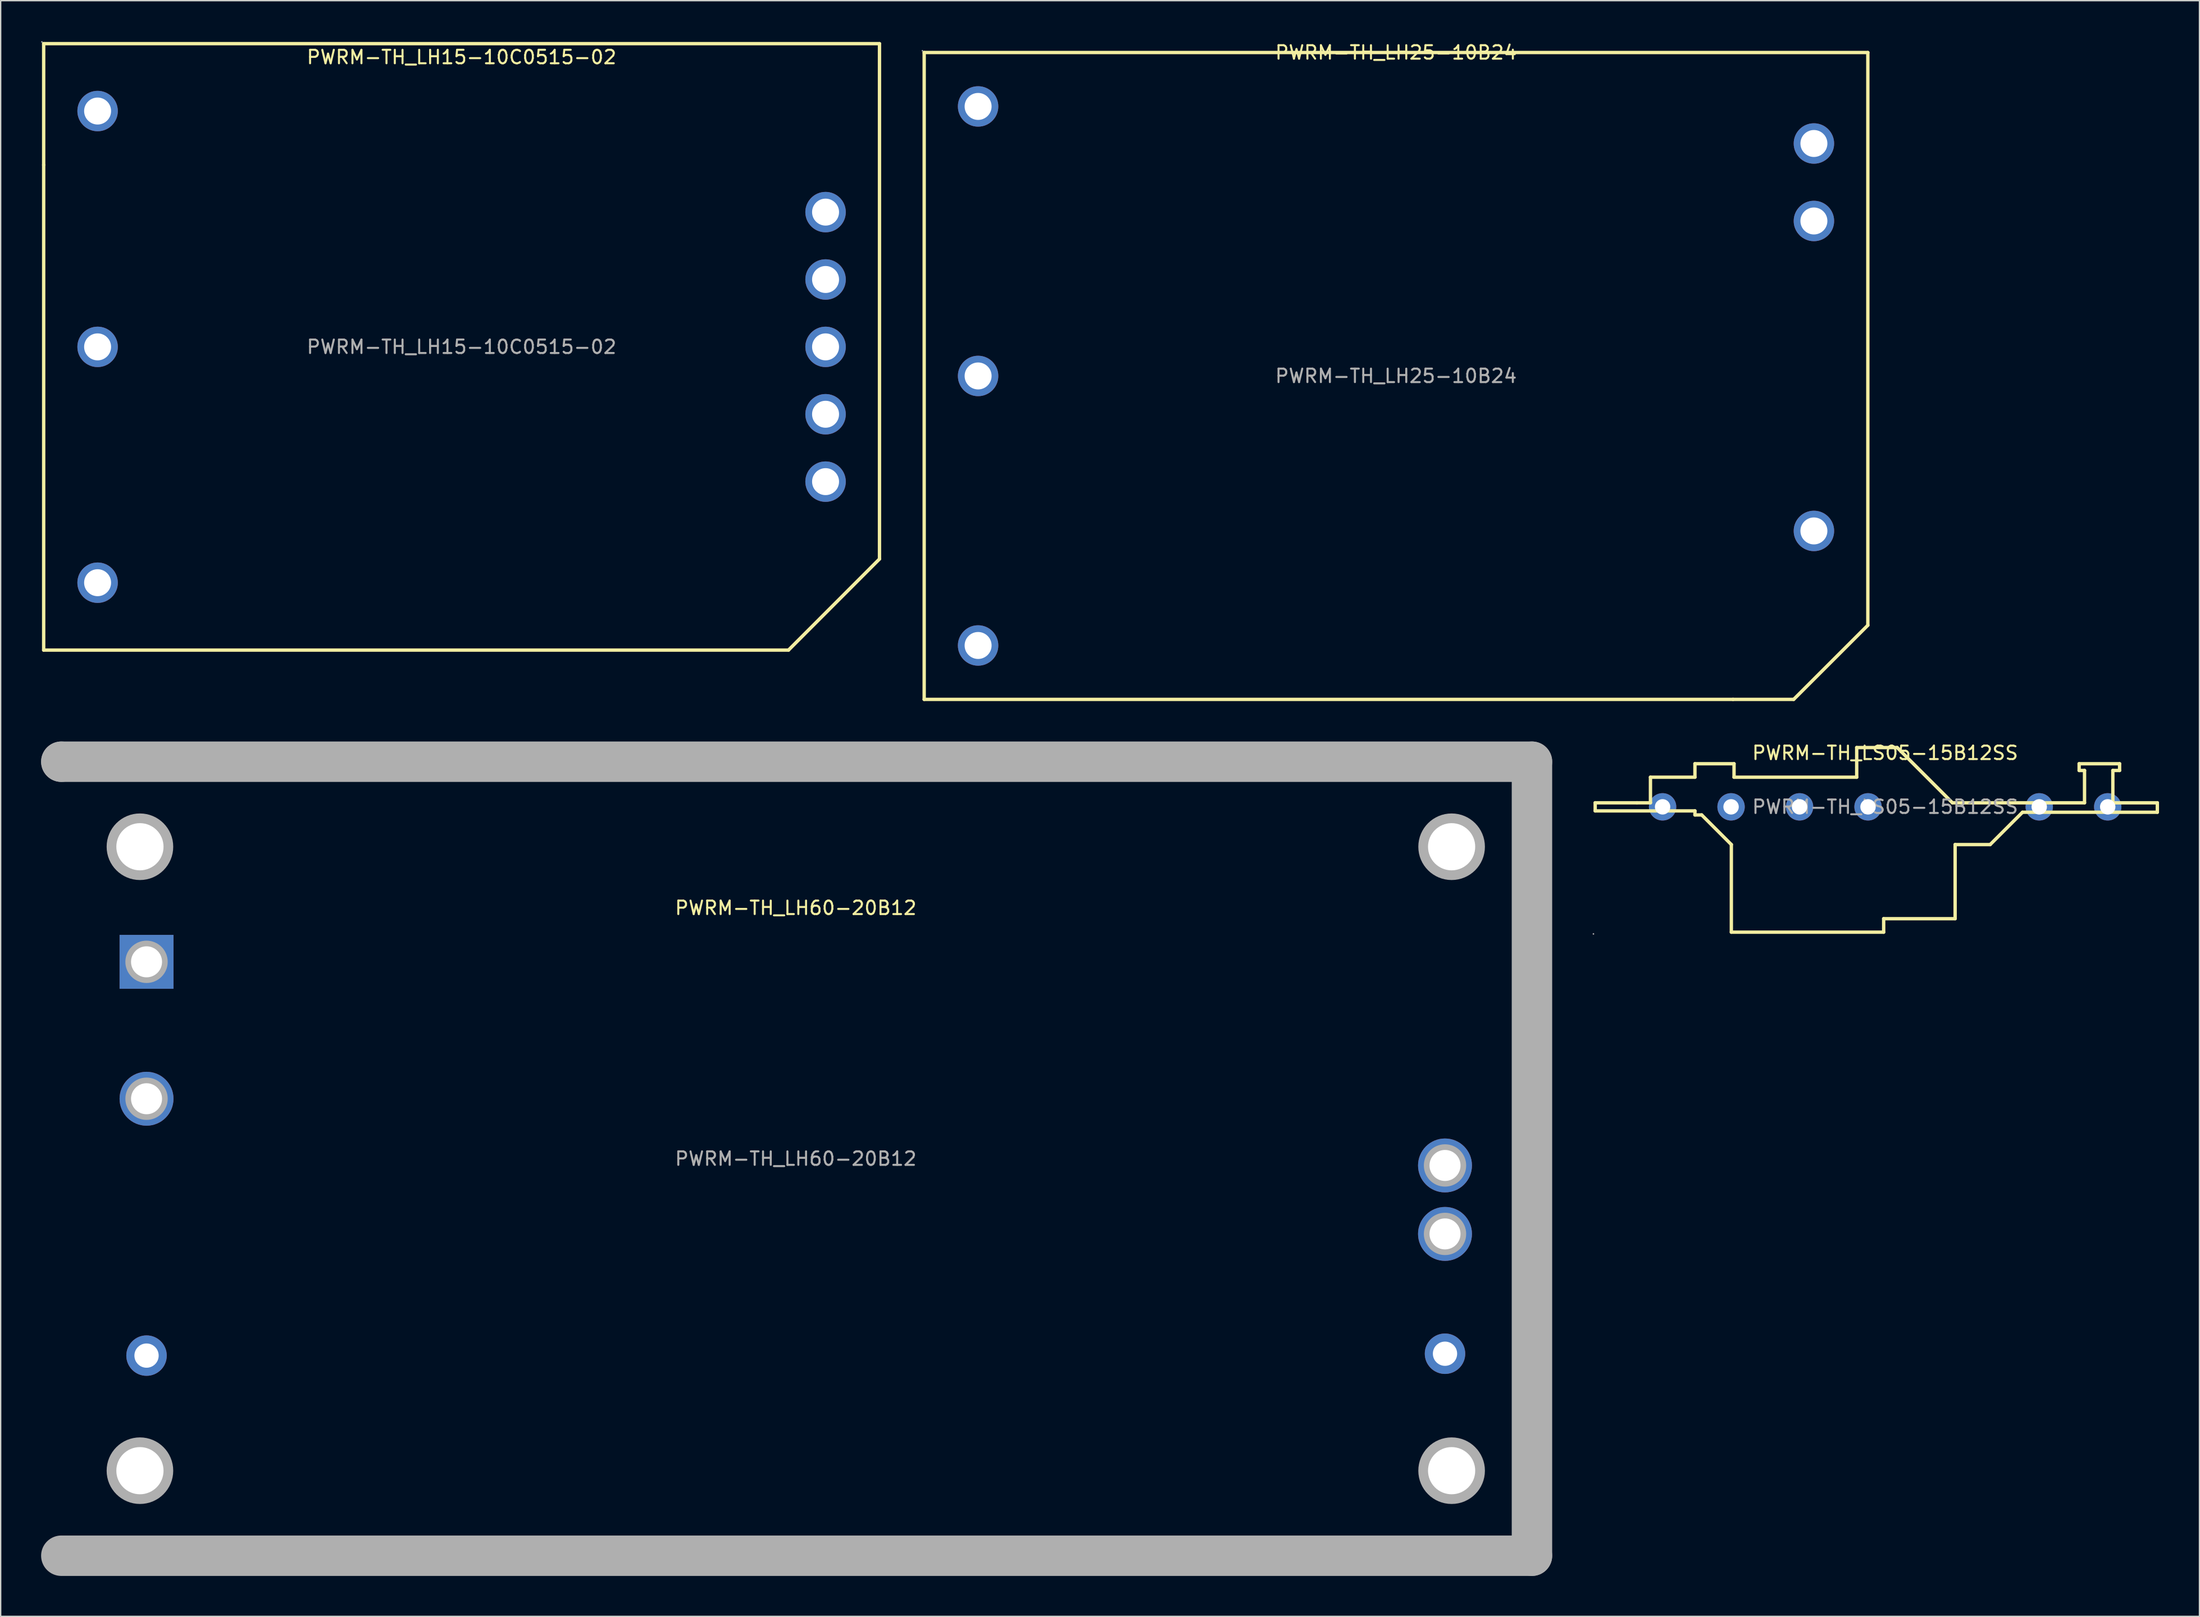
<source format=kicad_pcb>
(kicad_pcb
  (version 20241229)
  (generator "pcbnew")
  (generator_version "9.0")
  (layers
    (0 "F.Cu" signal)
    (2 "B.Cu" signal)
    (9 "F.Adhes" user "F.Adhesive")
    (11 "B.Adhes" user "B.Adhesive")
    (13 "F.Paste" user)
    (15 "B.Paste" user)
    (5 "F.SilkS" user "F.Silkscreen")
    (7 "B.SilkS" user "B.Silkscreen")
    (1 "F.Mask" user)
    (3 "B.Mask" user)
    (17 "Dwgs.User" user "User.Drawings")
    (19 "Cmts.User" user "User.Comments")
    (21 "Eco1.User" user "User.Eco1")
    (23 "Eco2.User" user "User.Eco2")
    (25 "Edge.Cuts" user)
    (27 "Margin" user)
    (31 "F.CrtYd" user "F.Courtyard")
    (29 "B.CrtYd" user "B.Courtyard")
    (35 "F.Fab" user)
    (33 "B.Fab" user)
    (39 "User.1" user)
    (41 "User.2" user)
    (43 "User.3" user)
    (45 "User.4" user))
  (footprint "PWRM-TH_LH60-20B12"
    (layer "F.Cu")
    (at 55.98 82.933)
    (property "Reference" "PWRM-TH_LH60-20B12" (at 0 -18.61 0) (layer "F.SilkS") (effects (font (size 1 1) (thickness 0.15))))
    (attr through_hole)
    (fp_line (start -54.48 -29.46) (end -54.48 -29.46) (stroke (width 3) (type solid)) (layer "F.Fab"))
    (fp_line (start -54.48 -29.46) (end 54.61 -29.46) (stroke (width 3) (type solid)) (layer "F.Fab"))
    (fp_line (start 54.61 -29.46) (end 54.61 29.46) (stroke (width 3) (type solid)) (layer "F.Fab"))
    (fp_line (start 54.61 29.46) (end -54.48 29.46) (stroke (width 3) (type solid)) (layer "F.Fab"))
    (fp_circle (center -54.61 -29.59) (end -54.58 -29.59) (stroke (width 0.06) (type solid)) (fill no) (layer "F.Fab"))
    (fp_circle (center -48.65 -23.15) (end -47.83 -23.15) (stroke (width 1.65) (type solid)) (fill no) (layer "F.Fab"))
    (fp_circle (center -48.65 23.15) (end -47.83 23.15) (stroke (width 1.65) (type solid)) (fill no) (layer "F.Fab"))
    (fp_circle (center -48.16 -14.61) (end -47.64 -14.61) (stroke (width 1.05) (type solid)) (fill no) (layer "F.Fab"))
    (fp_circle (center -48.16 -4.45) (end -47.64 -4.45) (stroke (width 1.05) (type solid)) (fill no) (layer "F.Fab"))
    (fp_circle (center -48.16 14.61) (end -47.76 14.61) (stroke (width 0.8) (type solid)) (fill no) (layer "F.Fab"))
    (fp_circle (center 48.16 0.5) (end 48.68 0.5) (stroke (width 1.05) (type solid)) (fill no) (layer "F.Fab"))
    (fp_circle (center 48.16 5.58) (end 48.68 5.58) (stroke (width 1.05) (type solid)) (fill no) (layer "F.Fab"))
    (fp_circle (center 48.16 14.47) (end 48.56 14.47) (stroke (width 0.8) (type solid)) (fill no) (layer "F.Fab"))
    (fp_circle (center 48.65 -23.15) (end 49.47 -23.15) (stroke (width 1.65) (type solid)) (fill no) (layer "F.Fab"))
    (fp_circle (center 48.65 23.15) (end 49.47 23.15) (stroke (width 1.65) (type solid)) (fill no) (layer "F.Fab"))
    (fp_text user "${REFERENCE}" (at 0 0 0) (layer "F.Fab") (effects (font (size 1 1) (thickness 0.15))))
    (pad "" thru_hole circle (at -48.65 -23.15) (size 3.5 3.5) (drill 3.5) (layers "*.Cu" "*.Mask"))
    (pad "" thru_hole circle (at -48.65 23.15) (size 3.5 3.5) (drill 3.5) (layers "*.Cu" "*.Mask"))
    (pad "" thru_hole circle (at 48.65 -23.15) (size 3.5 3.5) (drill 3.5) (layers "*.Cu" "*.Mask"))
    (pad "" thru_hole circle (at 48.65 23.15) (size 3.5 3.5) (drill 3.5) (layers "*.Cu" "*.Mask"))
    (pad "1" thru_hole rect (at -48.16 -14.61) (size 4 4) (drill 2.3) (layers "*.Cu" "*.Paste" "*.Mask"))
    (pad "2" thru_hole circle (at -48.16 -4.45) (size 4 4) (drill 2.3) (layers "*.Cu" "*.Paste" "*.Mask"))
    (pad "3" thru_hole circle (at -48.16 14.61) (size 3 3) (drill 1.8) (layers "*.Cu" "*.Paste" "*.Mask"))
    (pad "4" thru_hole circle (at 48.16 14.47) (size 3 3) (drill 1.8) (layers "*.Cu" "*.Paste" "*.Mask"))
    (pad "5" thru_hole circle (at 48.16 5.58) (size 4 4) (drill 2.3) (layers "*.Cu" "*.Paste" "*.Mask"))
    (pad "6" thru_hole circle (at 48.16 0.5) (size 4 4) (drill 2.3) (layers "*.Cu" "*.Paste" "*.Mask")))
  (footprint "PWRM-TH_LS05-15B12SS"
    (layer "F.Cu")
    (at 136.79 56.822)
    (property "Reference" "PWRM-TH_LS05-15B12SS" (at 0 -4 0) (layer "F.SilkS") (effects (font (size 1 1) (thickness 0.15))))
    (attr through_hole)
    (fp_line (start -21.51 -0.3) (end -21.51 0.3) (stroke (width 0.25) (type solid)) (layer "F.SilkS"))
    (fp_line (start -21.51 0.3) (end -14.11 0.3) (stroke (width 0.25) (type solid)) (layer "F.SilkS"))
    (fp_line (start -18.41 -0.3) (end -21.51 -0.3) (stroke (width 0.25) (type solid)) (layer "F.SilkS"))
    (fp_line (start -17.41 -2.2) (end -17.41 -0.3) (stroke (width 0.25) (type solid)) (layer "F.SilkS"))
    (fp_line (start -17.41 -0.3) (end -18.41 -0.3) (stroke (width 0.25) (type solid)) (layer "F.SilkS"))
    (fp_line (start -14.11 -3.2) (end -14.11 -2.2) (stroke (width 0.25) (type solid)) (layer "F.SilkS"))
    (fp_line (start -14.11 -2.2) (end -17.41 -2.2) (stroke (width 0.25) (type solid)) (layer "F.SilkS"))
    (fp_line (start -14.11 0.3) (end -14.11 0.6) (stroke (width 0.25) (type solid)) (layer "F.SilkS"))
    (fp_line (start -14.11 0.6) (end -13.61 0.6) (stroke (width 0.25) (type solid)) (layer "F.SilkS"))
    (fp_line (start -13.61 0.6) (end -11.41 2.8) (stroke (width 0.25) (type solid)) (layer "F.SilkS"))
    (fp_line (start -11.41 2.8) (end -11.41 9.3) (stroke (width 0.25) (type solid)) (layer "F.SilkS"))
    (fp_line (start -11.41 9.3) (end -0.11 9.3) (stroke (width 0.25) (type solid)) (layer "F.SilkS"))
    (fp_line (start -11.21 -3.2) (end -14.11 -3.2) (stroke (width 0.25) (type solid)) (layer "F.SilkS"))
    (fp_line (start -11.21 -2.2) (end -11.21 -3.2) (stroke (width 0.25) (type solid)) (layer "F.SilkS"))
    (fp_line (start -2.11 -4.4) (end -2.11 -2.2) (stroke (width 0.25) (type solid)) (layer "F.SilkS"))
    (fp_line (start -2.11 -2.2) (end -11.21 -2.2) (stroke (width 0.25) (type solid)) (layer "F.SilkS"))
    (fp_line (start -0.11 8.3) (end 5.19 8.3) (stroke (width 0.25) (type solid)) (layer "F.SilkS"))
    (fp_line (start -0.11 9.3) (end -0.11 8.3) (stroke (width 0.25) (type solid)) (layer "F.SilkS"))
    (fp_line (start 0.89 -4.4) (end -2.11 -4.4) (stroke (width 0.25) (type solid)) (layer "F.SilkS"))
    (fp_line (start 4.99 -0.3) (end 0.89 -4.4) (stroke (width 0.25) (type solid)) (layer "F.SilkS"))
    (fp_line (start 5.19 2.8) (end 7.79 2.8) (stroke (width 0.25) (type solid)) (layer "F.SilkS"))
    (fp_line (start 5.19 8.3) (end 5.19 2.8) (stroke (width 0.25) (type solid)) (layer "F.SilkS"))
    (fp_line (start 7.79 2.8) (end 10.19 0.4) (stroke (width 0.25) (type solid)) (layer "F.SilkS"))
    (fp_line (start 10.19 0.4) (end 20.19 0.4) (stroke (width 0.25) (type solid)) (layer "F.SilkS"))
    (fp_line (start 14.39 -3.2) (end 14.39 -2.7) (stroke (width 0.25) (type solid)) (layer "F.SilkS"))
    (fp_line (start 14.39 -2.7) (end 14.79 -2.7) (stroke (width 0.25) (type solid)) (layer "F.SilkS"))
    (fp_line (start 14.79 -2.7) (end 14.79 -0.3) (stroke (width 0.25) (type solid)) (layer "F.SilkS"))
    (fp_line (start 14.79 -0.3) (end 4.99 -0.3) (stroke (width 0.25) (type solid)) (layer "F.SilkS"))
    (fp_line (start 16.89 -2.7) (end 17.39 -2.7) (stroke (width 0.25) (type solid)) (layer "F.SilkS"))
    (fp_line (start 16.89 -0.3) (end 16.89 -2.7) (stroke (width 0.25) (type solid)) (layer "F.SilkS"))
    (fp_line (start 17.39 -3.2) (end 14.39 -3.2) (stroke (width 0.25) (type solid)) (layer "F.SilkS"))
    (fp_line (start 17.39 -2.7) (end 17.39 -3.2) (stroke (width 0.25) (type solid)) (layer "F.SilkS"))
    (fp_line (start 20.19 -0.3) (end 16.89 -0.3) (stroke (width 0.25) (type solid)) (layer "F.SilkS"))
    (fp_line (start 20.19 0.4) (end 20.19 -0.3) (stroke (width 0.25) (type solid)) (layer "F.SilkS"))
    (fp_circle (center -21.64 9.43) (end -21.61 9.43) (stroke (width 0.06) (type solid)) (fill no) (layer "F.Fab"))
    (fp_circle (center -16.51 0) (end -16.27 0) (stroke (width 0.47) (type solid)) (fill no) (layer "F.Fab"))
    (fp_circle (center -11.43 0) (end -11.19 0) (stroke (width 0.47) (type solid)) (fill no) (layer "F.Fab"))
    (fp_circle (center -6.35 0) (end -6.11 0) (stroke (width 0.47) (type solid)) (fill no) (layer "F.Fab"))
    (fp_circle (center -1.27 0) (end -1.03 0) (stroke (width 0.47) (type solid)) (fill no) (layer "F.Fab"))
    (fp_circle (center 11.43 0) (end 11.67 0) (stroke (width 0.47) (type solid)) (fill no) (layer "F.Fab"))
    (fp_circle (center 16.51 0) (end 16.75 0) (stroke (width 0.47) (type solid)) (fill no) (layer "F.Fab"))
    (fp_text user "${REFERENCE}" (at 0 0 0) (layer "F.Fab") (effects (font (size 1 1) (thickness 0.15))))
    (pad "1" thru_hole circle (at -16.51 0) (size 2.03 2.03) (drill 1.143) (layers "*.Cu" "*.Paste" "*.Mask"))
    (pad "3" thru_hole circle (at -11.43 0) (size 2.03 2.03) (drill 1.143) (layers "*.Cu" "*.Paste" "*.Mask"))
    (pad "5" thru_hole circle (at -6.35 0) (size 2.03 2.03) (drill 1.143) (layers "*.Cu" "*.Paste" "*.Mask"))
    (pad "7" thru_hole circle (at -1.27 0) (size 2.03 2.03) (drill 1.143) (layers "*.Cu" "*.Paste" "*.Mask"))
    (pad "12" thru_hole circle (at 11.43 0) (size 2.03 2.03) (drill 1.143) (layers "*.Cu" "*.Paste" "*.Mask"))
    (pad "14" thru_hole circle (at 16.51 0) (size 2.03 2.03) (drill 1.143) (layers "*.Cu" "*.Paste" "*.Mask")))
  (footprint "PWRM-TH_LH25-10B24"
    (layer "F.Cu")
    (at 100.505 24.848)
    (property "Reference" "PWRM-TH_LH25-10B24" (at 0 -24 0) (layer "F.SilkS") (effects (font (size 1 1) (thickness 0.15))))
    (attr through_hole)
    (fp_line (start -35 -24) (end -35 24) (stroke (width 0.25) (type solid)) (layer "F.SilkS"))
    (fp_line (start -35 24) (end 25 24) (stroke (width 0.25) (type solid)) (layer "F.SilkS"))
    (fp_line (start 25 24) (end 29.5 24) (stroke (width 0.25) (type solid)) (layer "F.SilkS"))
    (fp_line (start 29.5 24) (end 35 18.5) (stroke (width 0.25) (type solid)) (layer "F.SilkS"))
    (fp_line (start 35 -24) (end -35 -24) (stroke (width 0.25) (type solid)) (layer "F.SilkS"))
    (fp_line (start 35 18.5) (end 35 -24) (stroke (width 0.25) (type solid)) (layer "F.SilkS"))
    (fp_circle (center -35.13 -24.13) (end -35.1 -24.13) (stroke (width 0.06) (type solid)) (fill no) (layer "F.Fab"))
    (fp_circle (center -31 -20) (end -30.55 -20) (stroke (width 0.9) (type solid)) (fill no) (layer "F.Fab"))
    (fp_circle (center -31 0) (end -30.55 0) (stroke (width 0.9) (type solid)) (fill no) (layer "F.Fab"))
    (fp_circle (center -31 20) (end -30.55 20) (stroke (width 0.9) (type solid)) (fill no) (layer "F.Fab"))
    (fp_circle (center 31 -17.25) (end 31.45 -17.25) (stroke (width 0.9) (type solid)) (fill no) (layer "F.Fab"))
    (fp_circle (center 31 -11.5) (end 31.45 -11.5) (stroke (width 0.9) (type solid)) (fill no) (layer "F.Fab"))
    (fp_circle (center 31 11.5) (end 31.45 11.5) (stroke (width 0.9) (type solid)) (fill no) (layer "F.Fab"))
    (fp_text user "${REFERENCE}" (at 0 0 0) (layer "F.Fab") (effects (font (size 1 1) (thickness 0.15))))
    (pad "1" thru_hole circle (at -31 -20) (size 3 3) (drill 2) (layers "*.Cu" "*.Paste" "*.Mask"))
    (pad "2" thru_hole circle (at -31 0) (size 3 3) (drill 2) (layers "*.Cu" "*.Paste" "*.Mask"))
    (pad "3" thru_hole circle (at -31 20) (size 3 3) (drill 2) (layers "*.Cu" "*.Paste" "*.Mask"))
    (pad "4" thru_hole circle (at 31 -11.5) (size 3 3) (drill 2) (layers "*.Cu" "*.Paste" "*.Mask"))
    (pad "8" thru_hole circle (at 31 11.5) (size 3 3) (drill 2) (layers "*.Cu" "*.Paste" "*.Mask"))
    (pad "TRIM" thru_hole circle (at 31 -17.25) (size 3 3) (drill 2) (layers "*.Cu" "*.Paste" "*.Mask")))
  (footprint "PWRM-TH_LH15-10C0515-02"
    (layer "F.Cu")
    (at 31.19 22.69)
    (property "Reference" "PWRM-TH_LH15-10C0515-02" (at 0 -21.5 0) (layer "F.SilkS") (effects (font (size 1 1) (thickness 0.15))))
    (attr through_hole)
    (fp_line (start -31 -22.5) (end -31 -13.5) (stroke (width 0.25) (type solid)) (layer "F.SilkS"))
    (fp_line (start -31 -13.5) (end -31 22.5) (stroke (width 0.25) (type solid)) (layer "F.SilkS"))
    (fp_line (start -31 22.5) (end 24.25 22.5) (stroke (width 0.25) (type solid)) (layer "F.SilkS"))
    (fp_line (start 24.25 22.5) (end 31 15.74) (stroke (width 0.25) (type solid)) (layer "F.SilkS"))
    (fp_line (start 31 -22.5) (end -31 -22.5) (stroke (width 0.25) (type solid)) (layer "F.SilkS"))
    (fp_line (start 31 15.74) (end 31 -22.5) (stroke (width 0.25) (type solid)) (layer "F.SilkS"))
    (fp_circle (center -31.13 -22.63) (end -31.1 -22.63) (stroke (width 0.06) (type solid)) (fill no) (layer "F.Fab"))
    (fp_circle (center -27 -17.5) (end -26.55 -17.5) (stroke (width 0.9) (type solid)) (fill no) (layer "F.Fab"))
    (fp_circle (center -27 0) (end -26.55 0) (stroke (width 0.9) (type solid)) (fill no) (layer "F.Fab"))
    (fp_circle (center -27 17.5) (end -26.55 17.5) (stroke (width 0.9) (type solid)) (fill no) (layer "F.Fab"))
    (fp_circle (center 27 -10) (end 27.45 -10) (stroke (width 0.9) (type solid)) (fill no) (layer "F.Fab"))
    (fp_circle (center 27 -5) (end 27.45 -5) (stroke (width 0.9) (type solid)) (fill no) (layer "F.Fab"))
    (fp_circle (center 27 0) (end 27.45 0) (stroke (width 0.9) (type solid)) (fill no) (layer "F.Fab"))
    (fp_circle (center 27 5) (end 27.45 5) (stroke (width 0.9) (type solid)) (fill no) (layer "F.Fab"))
    (fp_circle (center 27 10) (end 27.45 10) (stroke (width 0.9) (type solid)) (fill no) (layer "F.Fab"))
    (fp_text user "${REFERENCE}" (at 0 0 0) (layer "F.Fab") (effects (font (size 1 1) (thickness 0.15))))
    (pad "1" thru_hole circle (at -27 -17.5) (size 3 3) (drill 2) (layers "*.Cu" "*.Paste" "*.Mask"))
    (pad "2" thru_hole circle (at -27 0) (size 3 3) (drill 2) (layers "*.Cu" "*.Paste" "*.Mask"))
    (pad "3" thru_hole circle (at -27 17.5) (size 3 3) (drill 2) (layers "*.Cu" "*.Paste" "*.Mask"))
    (pad "4" thru_hole circle (at 27 -10) (size 3 3) (drill 2) (layers "*.Cu" "*.Paste" "*.Mask"))
    (pad "5" thru_hole circle (at 27 -5) (size 3 3) (drill 2) (layers "*.Cu" "*.Paste" "*.Mask"))
    (pad "6" thru_hole circle (at 27 0) (size 3 3) (drill 2) (layers "*.Cu" "*.Paste" "*.Mask"))
    (pad "7" thru_hole circle (at 27 5) (size 3 3) (drill 2) (layers "*.Cu" "*.Paste" "*.Mask"))
    (pad "8" thru_hole circle (at 27 10) (size 3 3) (drill 2) (layers "*.Cu" "*.Paste" "*.Mask")))
  (gr_rect
    (start -3 -3)
    (end 160.105 116.893)
    (stroke (width 0.1) (type default))
    (fill no)
    (layer "Edge.Cuts")))
</source>
